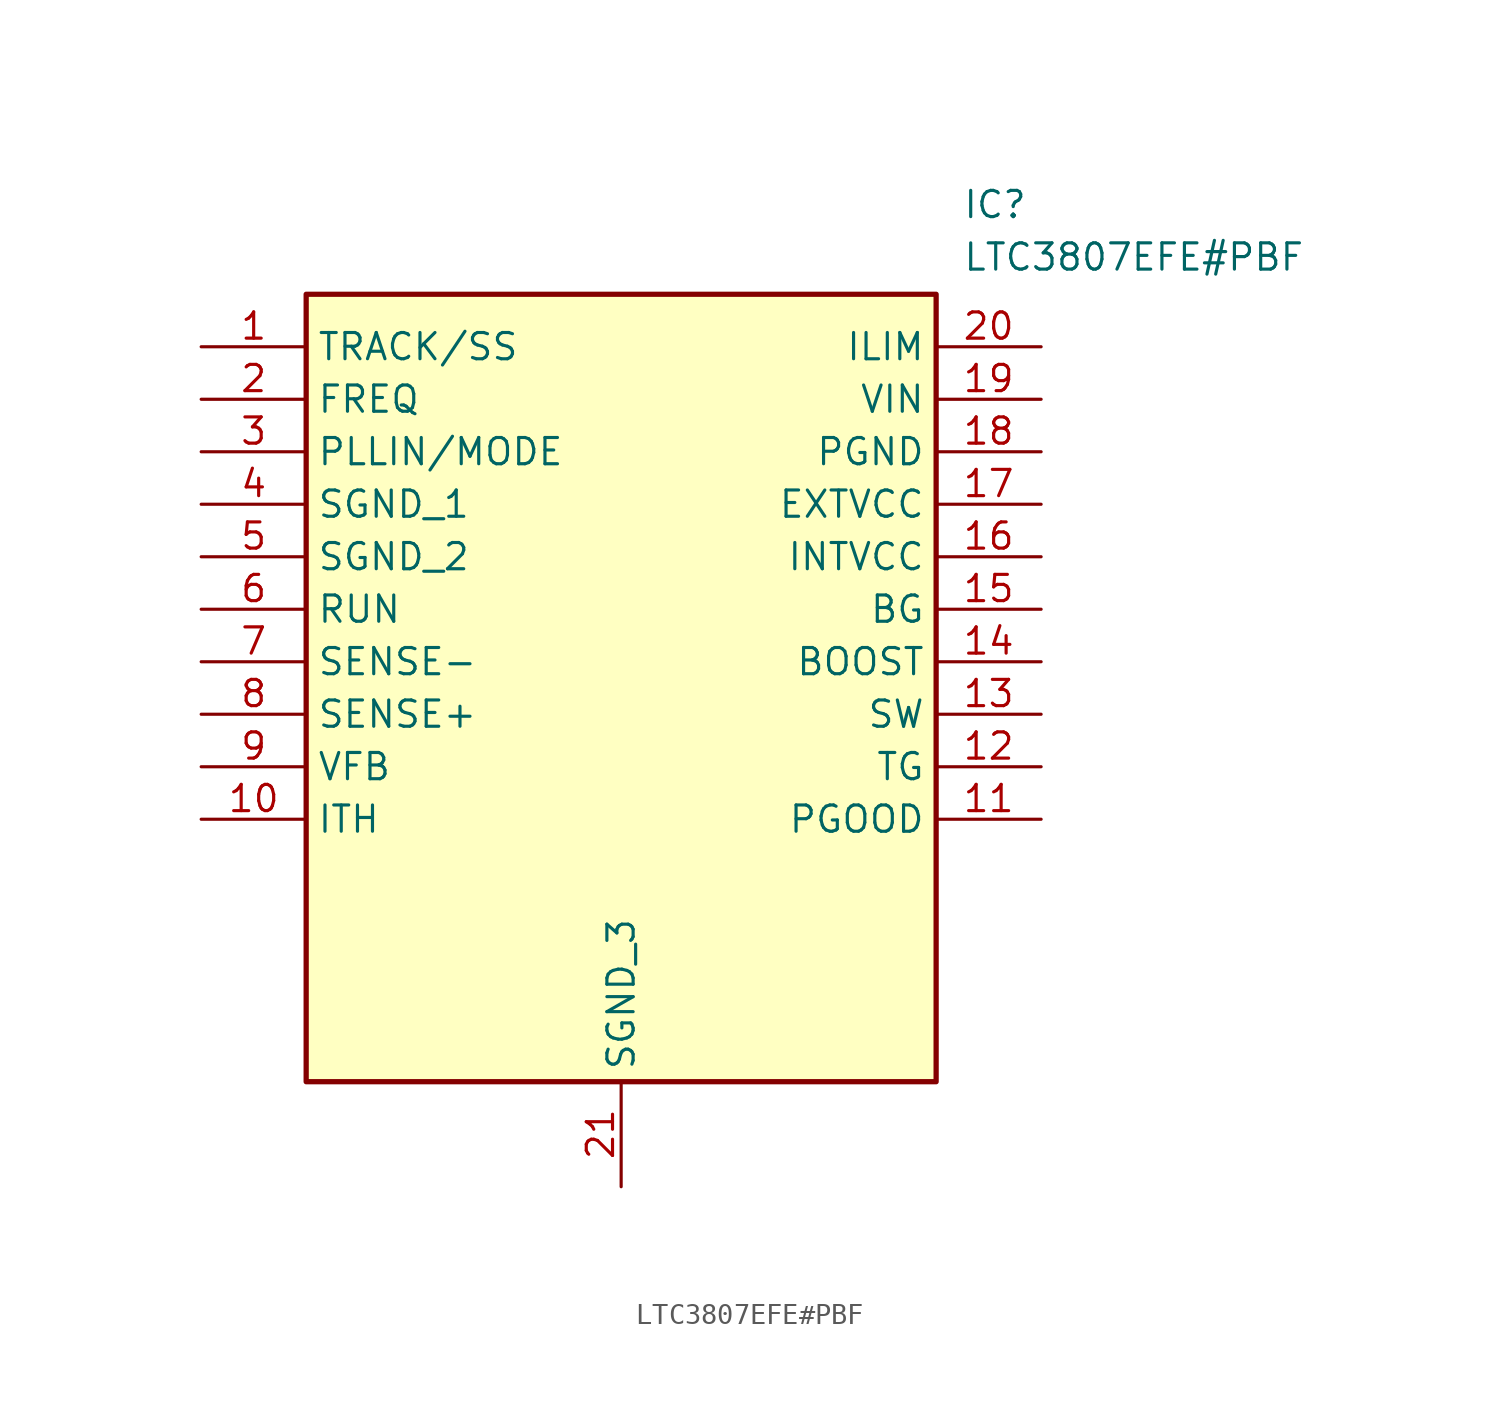
<source format=kicad_sym>
(kicad_symbol_lib
  (version 20211014)
  (generator SamacSys_ECAD_Model)
  (symbol "LTC3807EFE#PBF"
    (property "Reference" "IC"
      (at 36.83 7.62 0)
      (effects (font (size 1.27 1.27)) (justify left top)))
    (property "Value" "LTC3807EFE#PBF"
      (at 36.83 5.08 0)
      (effects (font (size 1.27 1.27)) (justify left top)))
    (rectangle
      (start 5.08 2.54)
      (end 35.56 -35.56)
      (stroke (width 0.254) (type default))
      (fill (type background)))
    (pin passive line
      (at 0 0 0)
      (length 5.08)
      (name "TRACK/SS" (effects (font (size 1.27 1.27))))
      (number "1" (effects (font (size 1.27 1.27)))))
    (pin passive line
      (at 0 -2.54 0)
      (length 5.08)
      (name "FREQ" (effects (font (size 1.27 1.27))))
      (number "2" (effects (font (size 1.27 1.27)))))
    (pin passive line
      (at 0 -5.08 0)
      (length 5.08)
      (name "PLLIN/MODE" (effects (font (size 1.27 1.27))))
      (number "3" (effects (font (size 1.27 1.27)))))
    (pin passive line
      (at 0 -7.62 0)
      (length 5.08)
      (name "SGND_1" (effects (font (size 1.27 1.27))))
      (number "4" (effects (font (size 1.27 1.27)))))
    (pin passive line
      (at 0 -10.16 0)
      (length 5.08)
      (name "SGND_2" (effects (font (size 1.27 1.27))))
      (number "5" (effects (font (size 1.27 1.27)))))
    (pin passive line
      (at 0 -12.7 0)
      (length 5.08)
      (name "RUN" (effects (font (size 1.27 1.27))))
      (number "6" (effects (font (size 1.27 1.27)))))
    (pin passive line
      (at 0 -15.24 0)
      (length 5.08)
      (name "SENSE-" (effects (font (size 1.27 1.27))))
      (number "7" (effects (font (size 1.27 1.27)))))
    (pin passive line
      (at 0 -17.78 0)
      (length 5.08)
      (name "SENSE+" (effects (font (size 1.27 1.27))))
      (number "8" (effects (font (size 1.27 1.27)))))
    (pin passive line
      (at 0 -20.32 0)
      (length 5.08)
      (name "VFB" (effects (font (size 1.27 1.27))))
      (number "9" (effects (font (size 1.27 1.27)))))
    (pin passive line
      (at 0 -22.86 0)
      (length 5.08)
      (name "ITH" (effects (font (size 1.27 1.27))))
      (number "10" (effects (font (size 1.27 1.27)))))
    (pin passive line
      (at 20.32 -40.64 90)
      (length 5.08)
      (name "SGND_3" (effects (font (size 1.27 1.27))))
      (number "21" (effects (font (size 1.27 1.27)))))
    (pin passive line
      (at 40.64 0 180)
      (length 5.08)
      (name "ILIM" (effects (font (size 1.27 1.27))))
      (number "20" (effects (font (size 1.27 1.27)))))
    (pin passive line
      (at 40.64 -2.54 180)
      (length 5.08)
      (name "VIN" (effects (font (size 1.27 1.27))))
      (number "19" (effects (font (size 1.27 1.27)))))
    (pin passive line
      (at 40.64 -5.08 180)
      (length 5.08)
      (name "PGND" (effects (font (size 1.27 1.27))))
      (number "18" (effects (font (size 1.27 1.27)))))
    (pin passive line
      (at 40.64 -7.62 180)
      (length 5.08)
      (name "EXTVCC" (effects (font (size 1.27 1.27))))
      (number "17" (effects (font (size 1.27 1.27)))))
    (pin passive line
      (at 40.64 -10.16 180)
      (length 5.08)
      (name "INTVCC" (effects (font (size 1.27 1.27))))
      (number "16" (effects (font (size 1.27 1.27)))))
    (pin passive line
      (at 40.64 -12.7 180)
      (length 5.08)
      (name "BG" (effects (font (size 1.27 1.27))))
      (number "15" (effects (font (size 1.27 1.27)))))
    (pin passive line
      (at 40.64 -15.24 180)
      (length 5.08)
      (name "BOOST" (effects (font (size 1.27 1.27))))
      (number "14" (effects (font (size 1.27 1.27)))))
    (pin passive line
      (at 40.64 -17.78 180)
      (length 5.08)
      (name "SW" (effects (font (size 1.27 1.27))))
      (number "13" (effects (font (size 1.27 1.27)))))
    (pin passive line
      (at 40.64 -20.32 180)
      (length 5.08)
      (name "TG" (effects (font (size 1.27 1.27))))
      (number "12" (effects (font (size 1.27 1.27)))))
    (pin passive line
      (at 40.64 -22.86 180)
      (length 5.08)
      (name "PGOOD" (effects (font (size 1.27 1.27))))
      (number "11" (effects (font (size 1.27 1.27)))))))
</source>
